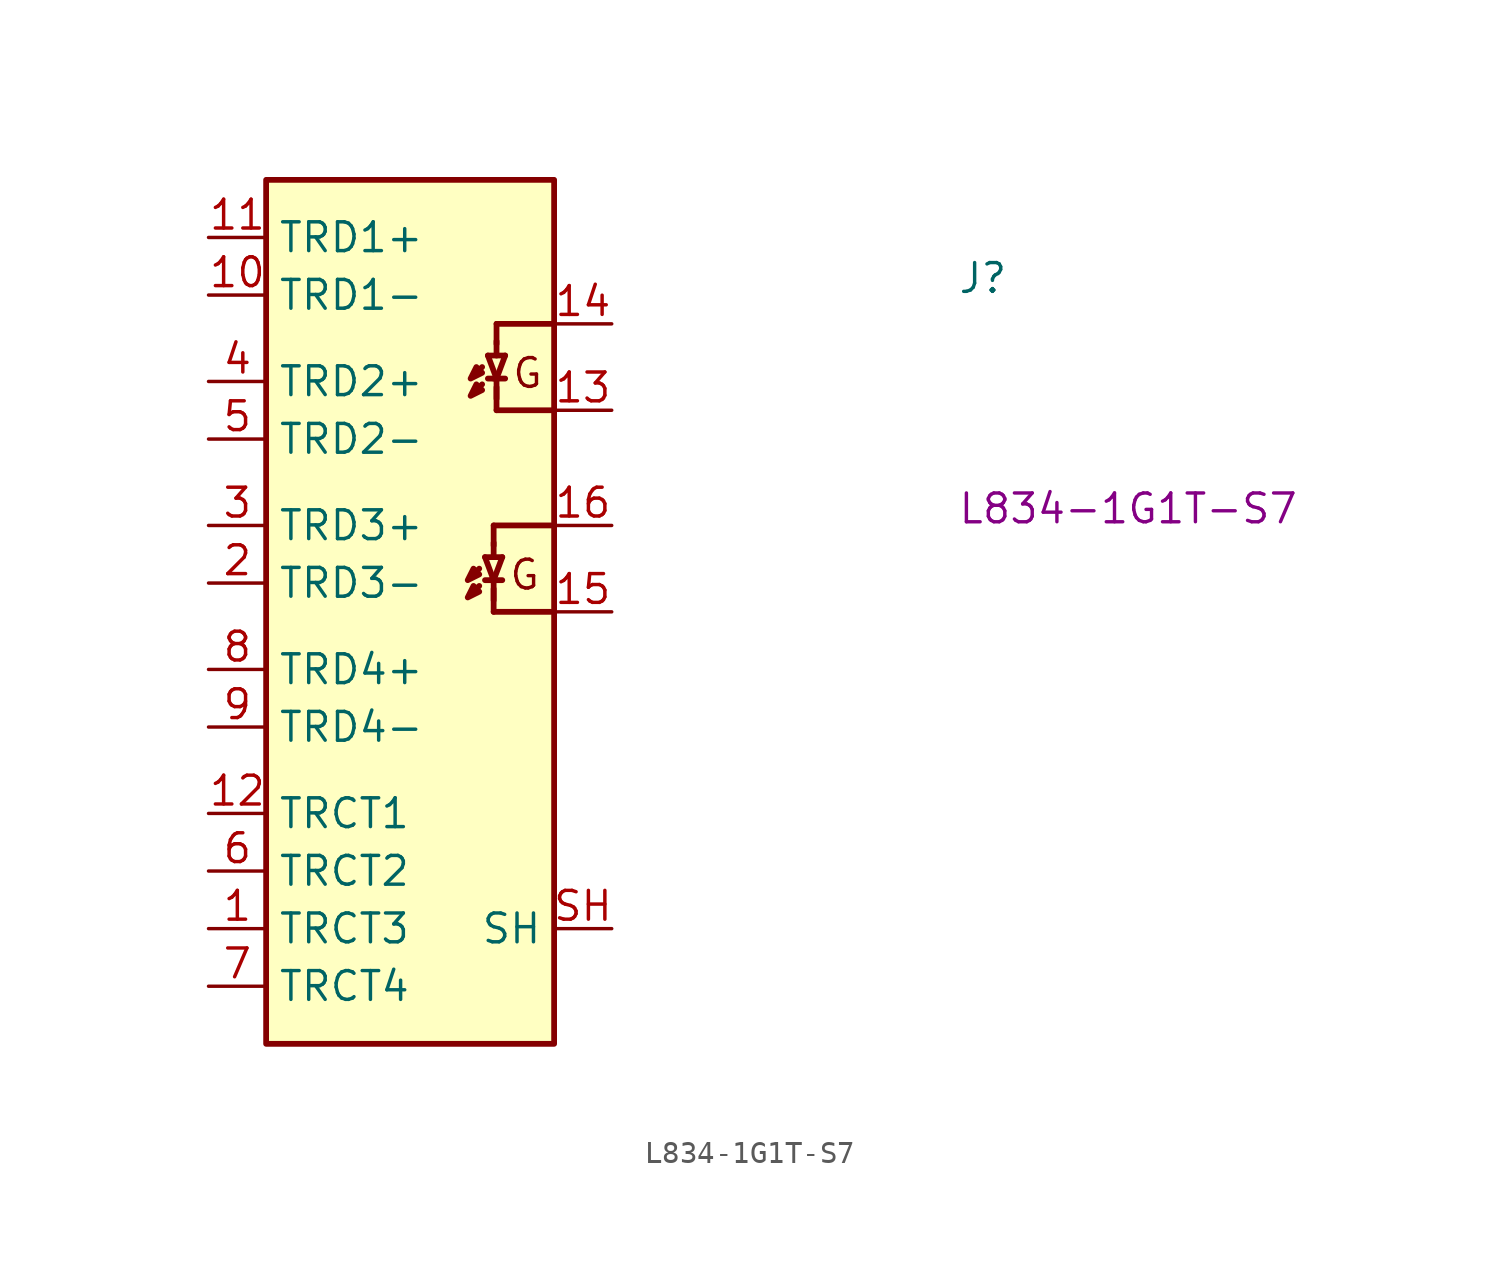
<source format=kicad_sym>
(kicad_symbol_lib
  (version 20220914)
  (generator kicad_symbol_editor)
  (symbol "L834-1G1T-S7"
    (property "Reference" "J"
      (at 33.02 -2.54 0)
      (effects (font (size 1.27 1.27) (thickness 0.15)) (justify left bottom)))
    (property "MPN" "L834-1G1T-S7"
      (at 33.02 -12.7 0)
      (effects (font (size 1.27 1.27) (thickness 0.15)) (justify left bottom)))
    (symbol "L834-1G1T-S7_0_0"
      (pin passive line (at 0 -30.48 0) (length 2.54) (name "TRCT3" (effects (font (size 1.27 1.27)))) (number "1" (effects (font (size 1.27 1.27)))))
      (pin passive line (at 0 -2.54 0) (length 2.54) (name "TRD1-" (effects (font (size 1.27 1.27)))) (number "10" (effects (font (size 1.27 1.27)))))
      (pin passive line (at 0 0 0) (length 2.54) (name "TRD1+" (effects (font (size 1.27 1.27)))) (number "11" (effects (font (size 1.27 1.27)))))
      (pin passive line (at 0 -25.4 0) (length 2.54) (name "TRCT1" (effects (font (size 1.27 1.27)))) (number "12" (effects (font (size 1.27 1.27)))))
      (pin passive line (at 17.78 -7.62 180) (length 2.54) (name "~" (effects (font (size 1.27 1.27)))) (number "13" (effects (font (size 1.27 1.27)))))
      (pin passive line (at 17.78 -3.81 180) (length 2.54) (name "~" (effects (font (size 1.27 1.27)))) (number "14" (effects (font (size 1.27 1.27)))))
      (pin passive line (at 0 -15.24 0) (length 2.54) (name "TRD3-" (effects (font (size 1.27 1.27)))) (number "2" (effects (font (size 1.27 1.27)))))
      (pin passive line (at 0 -12.7 0) (length 2.54) (name "TRD3+" (effects (font (size 1.27 1.27)))) (number "3" (effects (font (size 1.27 1.27)))))
      (pin passive line (at 0 -6.35 0) (length 2.54) (name "TRD2+" (effects (font (size 1.27 1.27)))) (number "4" (effects (font (size 1.27 1.27)))))
      (pin passive line (at 0 -8.89 0) (length 2.54) (name "TRD2-" (effects (font (size 1.27 1.27)))) (number "5" (effects (font (size 1.27 1.27)))))
      (pin passive line (at 0 -27.94 0) (length 2.54) (name "TRCT2" (effects (font (size 1.27 1.27)))) (number "6" (effects (font (size 1.27 1.27)))))
      (pin passive line (at 0 -33.02 0) (length 2.54) (name "TRCT4" (effects (font (size 1.27 1.27)))) (number "7" (effects (font (size 1.27 1.27)))))
      (pin passive line (at 0 -19.05 0) (length 2.54) (name "TRD4+" (effects (font (size 1.27 1.27)))) (number "8" (effects (font (size 1.27 1.27)))))
      (pin passive line (at 0 -21.59 0) (length 2.54) (name "TRD4-" (effects (font (size 1.27 1.27)))) (number "9" (effects (font (size 1.27 1.27)))))
      (pin passive line (at 17.78 -30.48 180) (length 2.54) (name "SH" (effects (font (size 1.27 1.27)))) (number "SH" (effects (font (size 1.27 1.27))))))
    (symbol "L834-1G1T-S7_1_1"
      (polyline (pts (xy 11.938 -15.367) (xy 11.684 -15.621)) (stroke (width 0.254) (type default)) (fill (type background)))
      (polyline (pts (xy 11.938 -14.605) (xy 11.684 -14.859)) (stroke (width 0.254) (type default)) (fill (type background)))
      (polyline (pts (xy 12.065 -6.477) (xy 11.811 -6.731)) (stroke (width 0.254) (type default)) (fill (type background)))
      (polyline (pts (xy 12.065 -5.715) (xy 11.811 -5.969)) (stroke (width 0.254) (type default)) (fill (type background)))
      (polyline (pts (xy 12.192 -15.113) (xy 12.573 -15.113)) (stroke (width 0.254) (type default)) (fill (type background)))
      (polyline (pts (xy 12.192 -14.097) (xy 12.573 -15.113)) (stroke (width 0.254) (type default)) (fill (type background)))
      (polyline (pts (xy 12.192 -14.097) (xy 12.954 -14.097)) (stroke (width 0.254) (type default)) (fill (type background)))
      (polyline (pts (xy 12.319 -6.223) (xy 12.7 -6.223)) (stroke (width 0.254) (type default)) (fill (type background)))
      (polyline (pts (xy 12.319 -5.207) (xy 12.7 -6.223)) (stroke (width 0.254) (type default)) (fill (type background)))
      (polyline (pts (xy 12.319 -5.207) (xy 13.081 -5.207)) (stroke (width 0.254) (type default)) (fill (type background)))
      (polyline (pts (xy 12.446 -15.113) (xy 12.954 -15.113)) (stroke (width 0.254) (type default)) (fill (type background)))
      (polyline (pts (xy 12.573 -16.51) (xy 12.573 -15.494)) (stroke (width 0.254) (type default)) (fill (type background)))
      (polyline (pts (xy 12.573 -16.51) (xy 15.113 -16.51)) (stroke (width 0.254) (type default)) (fill (type background)))
      (polyline (pts (xy 12.573 -15.24) (xy 12.573 -16.002)) (stroke (width 0.254) (type default)) (fill (type background)))
      (polyline (pts (xy 12.573 -15.113) (xy 12.954 -14.097)) (stroke (width 0.254) (type default)) (fill (type background)))
      (polyline (pts (xy 12.573 -14.097) (xy 12.573 -13.462)) (stroke (width 0.254) (type default)) (fill (type background)))
      (polyline (pts (xy 12.573 -13.589) (xy 12.573 -12.7)) (stroke (width 0.254) (type default)) (fill (type background)))
      (polyline (pts (xy 12.573 -12.7) (xy 15.113 -12.7)) (stroke (width 0.254) (type default)) (fill (type background)))
      (polyline (pts (xy 12.573 -6.223) (xy 13.081 -6.223)) (stroke (width 0.254) (type default)) (fill (type background)))
      (polyline (pts (xy 12.7 -7.62) (xy 12.7 -6.604)) (stroke (width 0.254) (type default)) (fill (type background)))
      (polyline (pts (xy 12.7 -7.62) (xy 15.24 -7.62)) (stroke (width 0.254) (type default)) (fill (type background)))
      (polyline (pts (xy 12.7 -6.35) (xy 12.7 -7.112)) (stroke (width 0.254) (type default)) (fill (type background)))
      (polyline (pts (xy 12.7 -6.223) (xy 13.081 -5.207)) (stroke (width 0.254) (type default)) (fill (type background)))
      (polyline (pts (xy 12.7 -5.207) (xy 12.7 -4.572)) (stroke (width 0.254) (type default)) (fill (type background)))
      (polyline (pts (xy 12.7 -4.699) (xy 12.7 -3.81)) (stroke (width 0.254) (type default)) (fill (type background)))
      (polyline (pts (xy 12.7 -3.81) (xy 15.24 -3.81)) (stroke (width 0.254) (type default)) (fill (type background)))
      (polyline (pts (xy 11.43 -15.875) (xy 11.938 -15.621) (xy 11.684 -15.367) (xy 11.43 -15.875)) (stroke (width 0.254) (type default)) (fill (type background)))
      (polyline (pts (xy 11.43 -15.113) (xy 11.938 -14.859) (xy 11.684 -14.605) (xy 11.43 -15.113)) (stroke (width 0.254) (type default)) (fill (type background)))
      (polyline (pts (xy 11.557 -6.985) (xy 12.065 -6.731) (xy 11.811 -6.477) (xy 11.557 -6.985)) (stroke (width 0.254) (type default)) (fill (type background)))
      (polyline (pts (xy 11.557 -6.223) (xy 12.065 -5.969) (xy 11.811 -5.715) (xy 11.557 -6.223)) (stroke (width 0.254) (type default)) (fill (type background)))
      (rectangle (start 2.54 2.54) (end 15.24 -35.56) (stroke (width 0.254) (type default)) (fill (type background)))
      (text "G" (at 13.208 -15.621 0) (effects (font (size 1.27 1.27) (thickness 0.15)) (justify left bottom)))
      (text "G" (at 13.335 -6.731 0) (effects (font (size 1.27 1.27) (thickness 0.15)) (justify left bottom)))
      (pin passive line (at 17.78 -16.51 180) (length 2.54) (name "~" (effects (font (size 1.27 1.27)))) (number "15" (effects (font (size 1.27 1.27)))))
      (pin passive line (at 17.78 -12.7 180) (length 2.54) (name "~" (effects (font (size 1.27 1.27)))) (number "16" (effects (font (size 1.27 1.27))))))))
</source>
